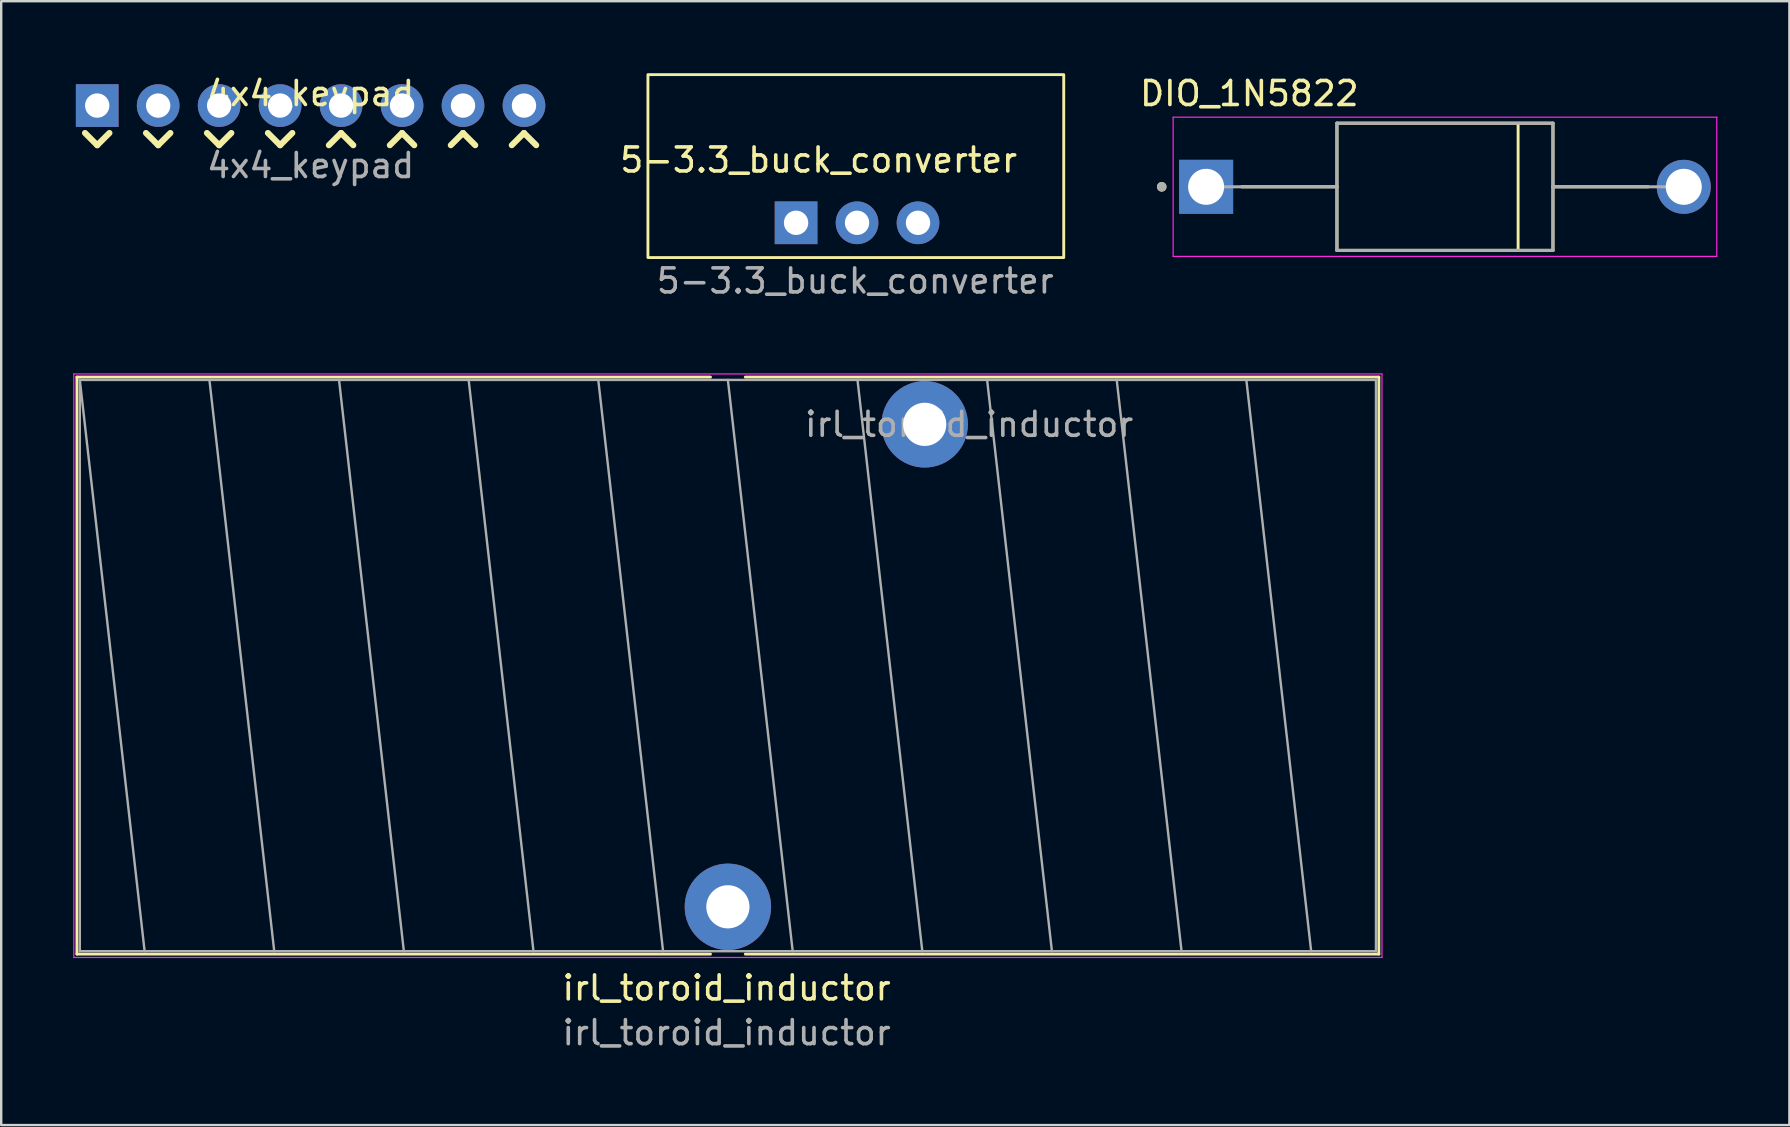
<source format=kicad_pcb>
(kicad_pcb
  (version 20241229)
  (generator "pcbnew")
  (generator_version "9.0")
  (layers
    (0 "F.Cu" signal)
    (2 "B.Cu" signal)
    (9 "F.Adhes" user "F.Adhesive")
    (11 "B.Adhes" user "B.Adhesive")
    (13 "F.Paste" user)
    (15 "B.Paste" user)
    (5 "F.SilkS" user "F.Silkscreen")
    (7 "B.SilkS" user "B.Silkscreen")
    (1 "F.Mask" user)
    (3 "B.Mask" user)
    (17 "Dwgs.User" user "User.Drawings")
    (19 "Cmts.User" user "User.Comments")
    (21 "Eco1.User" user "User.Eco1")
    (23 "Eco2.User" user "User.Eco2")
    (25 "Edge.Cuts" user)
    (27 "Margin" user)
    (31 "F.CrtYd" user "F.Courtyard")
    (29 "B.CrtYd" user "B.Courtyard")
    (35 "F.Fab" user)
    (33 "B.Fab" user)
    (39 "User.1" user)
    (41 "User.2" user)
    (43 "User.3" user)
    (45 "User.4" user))
  (footprint "irl_toroid_inductor"
    (layer "F.Cu")
    (at 27.22 37.474)
    (property "Reference" "irl_toroid_inductor" (at 0 0.635 0) (unlocked yes) (layer "F.SilkS") (effects (font (size 1 1) (thickness 0.15))))
    (attr through_hole)
    (fp_line (start -27.065 -24.815) (end -27.065 -0.775) (stroke (width 0.12) (type solid)) (layer "F.SilkS"))
    (fp_line (start -27.065 -24.815) (end -0.67 -24.815) (stroke (width 0.12) (type solid)) (layer "F.SilkS"))
    (fp_line (start -27.065 -0.775) (end -0.67 -0.775) (stroke (width 0.12) (type solid)) (layer "F.SilkS"))
    (fp_line (start 0.78 -24.815) (end 27.175 -24.815) (stroke (width 0.12) (type solid)) (layer "F.SilkS"))
    (fp_line (start 0.78 -0.775) (end 27.175 -0.775) (stroke (width 0.12) (type solid)) (layer "F.SilkS"))
    (fp_line (start 27.175 -24.815) (end 27.175 -0.775) (stroke (width 0.12) (type solid)) (layer "F.SilkS"))
    (fp_line (start -27.195 -24.945) (end -27.195 -0.635) (stroke (width 0.05) (type solid)) (layer "F.CrtYd"))
    (fp_line (start -27.195 -0.635) (end 27.305 -0.635) (stroke (width 0.05) (type solid)) (layer "F.CrtYd"))
    (fp_line (start 27.305 -24.945) (end -27.195 -24.945) (stroke (width 0.05) (type solid)) (layer "F.CrtYd"))
    (fp_line (start 27.305 -0.635) (end 27.305 -24.945) (stroke (width 0.05) (type solid)) (layer "F.CrtYd"))
    (fp_line (start -26.945 -24.695) (end -26.945 -0.895) (stroke (width 0.1) (type solid)) (layer "F.Fab"))
    (fp_line (start -26.945 -24.695) (end -24.245 -0.895) (stroke (width 0.1) (type solid)) (layer "F.Fab"))
    (fp_line (start -26.945 -0.895) (end 27.055 -0.895) (stroke (width 0.1) (type solid)) (layer "F.Fab"))
    (fp_line (start -21.545 -24.695) (end -18.845 -0.895) (stroke (width 0.1) (type solid)) (layer "F.Fab"))
    (fp_line (start -16.145 -24.695) (end -13.445 -0.895) (stroke (width 0.1) (type solid)) (layer "F.Fab"))
    (fp_line (start -10.745 -24.695) (end -8.045 -0.895) (stroke (width 0.1) (type solid)) (layer "F.Fab"))
    (fp_line (start -5.345 -24.695) (end -2.645 -0.895) (stroke (width 0.1) (type solid)) (layer "F.Fab"))
    (fp_line (start 0.055 -24.695) (end 2.755 -0.895) (stroke (width 0.1) (type solid)) (layer "F.Fab"))
    (fp_line (start 5.455 -24.695) (end 8.155 -0.895) (stroke (width 0.1) (type solid)) (layer "F.Fab"))
    (fp_line (start 10.855 -24.695) (end 13.555 -0.895) (stroke (width 0.1) (type solid)) (layer "F.Fab"))
    (fp_line (start 16.255 -24.695) (end 18.955 -0.895) (stroke (width 0.1) (type solid)) (layer "F.Fab"))
    (fp_line (start 21.655 -24.695) (end 24.355 -0.895) (stroke (width 0.1) (type solid)) (layer "F.Fab"))
    (fp_line (start 27.055 -24.695) (end -26.945 -24.695) (stroke (width 0.1) (type solid)) (layer "F.Fab"))
    (fp_line (start 27.055 -0.895) (end 27.055 -24.695) (stroke (width 0.1) (type solid)) (layer "F.Fab"))
    (fp_text user "${REFERENCE}" (at 10.105 -22.845 0) (layer "F.Fab") (effects (font (size 1 1) (thickness 0.15))))
    (fp_text user "${REFERENCE}" (at 0 2.5 0) (unlocked yes) (layer "F.Fab") (effects (font (size 1 1) (thickness 0.15))))
    (pad "1" thru_hole circle (at 8.255 -22.845) (size 3.6 3.6) (drill 1.8) (layers "*.Cu" "*.Mask"))
    (pad "2" thru_hole circle (at 0.055 -2.745) (size 3.6 3.6) (drill 1.8) (layers "*.Cu" "*.Mask")))
  (footprint "DIO_1N5822"
    (layer "F.Cu")
    (at 57.149 4.733)
    (property "Reference" "DIO_1N5822" (at -8.15 -3.885 0) (layer "F.SilkS") (effects (font (size 1 1) (thickness 0.15))))
    (attr through_hole)
    (fp_line (start -4.5 -2.65) (end -4.5 0) (stroke (width 0.127) (type solid)) (layer "F.SilkS"))
    (fp_line (start -4.5 0) (end -8.47 0) (stroke (width 0.127) (type solid)) (layer "F.SilkS"))
    (fp_line (start -4.5 0) (end -4.5 2.65) (stroke (width 0.127) (type solid)) (layer "F.SilkS"))
    (fp_line (start -4.5 2.65) (end 4.5 2.65) (stroke (width 0.127) (type solid)) (layer "F.SilkS"))
    (fp_line (start 3.048 -2.642) (end 3.048 2.642) (stroke (width 0.12) (type solid)) (layer "F.SilkS"))
    (fp_line (start 4.5 -2.65) (end -4.5 -2.65) (stroke (width 0.127) (type solid)) (layer "F.SilkS"))
    (fp_line (start 4.5 0) (end 4.5 -2.65) (stroke (width 0.127) (type solid)) (layer "F.SilkS"))
    (fp_line (start 4.5 0) (end 8.47 0) (stroke (width 0.127) (type solid)) (layer "F.SilkS"))
    (fp_line (start 4.5 2.65) (end 4.5 0) (stroke (width 0.127) (type solid)) (layer "F.SilkS"))
    (fp_circle (center -11.8 0) (end -11.7 0) (stroke (width 0.2) (type solid)) (fill no) (layer "F.SilkS"))
    (fp_line (start -11.325 -2.9) (end -11.325 2.9) (stroke (width 0.05) (type solid)) (layer "F.CrtYd"))
    (fp_line (start -11.325 2.9) (end 11.325 2.9) (stroke (width 0.05) (type solid)) (layer "F.CrtYd"))
    (fp_line (start 11.325 -2.9) (end -11.325 -2.9) (stroke (width 0.05) (type solid)) (layer "F.CrtYd"))
    (fp_line (start 11.325 2.9) (end 11.325 -2.9) (stroke (width 0.05) (type solid)) (layer "F.CrtYd"))
    (fp_line (start -4.5 -2.65) (end -4.5 0) (stroke (width 0.127) (type solid)) (layer "F.Fab"))
    (fp_line (start -4.5 0) (end -9.95 0) (stroke (width 0.127) (type solid)) (layer "F.Fab"))
    (fp_line (start -4.5 0) (end -4.5 2.65) (stroke (width 0.127) (type solid)) (layer "F.Fab"))
    (fp_line (start -4.5 2.65) (end 4.5 2.65) (stroke (width 0.127) (type solid)) (layer "F.Fab"))
    (fp_line (start 4.5 -2.65) (end -4.5 -2.65) (stroke (width 0.127) (type solid)) (layer "F.Fab"))
    (fp_line (start 4.5 0) (end 4.5 -2.65) (stroke (width 0.127) (type solid)) (layer "F.Fab"))
    (fp_line (start 4.5 0) (end 9.95 0) (stroke (width 0.127) (type solid)) (layer "F.Fab"))
    (fp_line (start 4.5 2.65) (end 4.5 0) (stroke (width 0.127) (type solid)) (layer "F.Fab"))
    (fp_circle (center -11.8 0) (end -11.7 0) (stroke (width 0.2) (type solid)) (fill no) (layer "F.Fab"))
    (pad "1" thru_hole rect (at -9.95 0) (size 2.25 2.25) (drill 1.5) (layers "*.Cu" "*.Mask"))
    (pad "2" thru_hole circle (at 9.95 0) (size 2.25 2.25) (drill 1.5) (layers "*.Cu" "*.Mask")))
  (footprint "4x4_keypad"
    (layer "F.Cu")
    (at 9.89 1.348)
    (property "Reference" "4x4_keypad" (at 0 -0.5 0) (unlocked yes) (layer "F.SilkS") (effects (font (size 1 1) (thickness 0.15))))
    (attr through_hole)
    (fp_rect (start -9.83 -0.94) (end -7.95 0.94) (stroke (width 0.12) (type solid)) (fill no) (layer "F.Mask"))
    (fp_rect (start -7.95 0.94) (end -9.83 -0.94) (stroke (width 0.12) (type solid)) (fill no) (layer "B.Mask"))
    (fp_line (start -9.398 1.143) (end -8.89 1.651) (stroke (width 0.254) (type solid)) (layer "F.SilkS"))
    (fp_line (start -8.89 1.651) (end -8.382 1.143) (stroke (width 0.254) (type solid)) (layer "F.SilkS"))
    (fp_line (start -6.858 1.143) (end -6.35 1.651) (stroke (width 0.254) (type solid)) (layer "F.SilkS"))
    (fp_line (start -6.35 1.651) (end -5.842 1.143) (stroke (width 0.254) (type solid)) (layer "F.SilkS"))
    (fp_line (start -4.318 1.143) (end -3.81 1.651) (stroke (width 0.254) (type solid)) (layer "F.SilkS"))
    (fp_line (start -3.81 1.651) (end -3.302 1.143) (stroke (width 0.254) (type solid)) (layer "F.SilkS"))
    (fp_line (start -1.778 1.143) (end -1.27 1.651) (stroke (width 0.254) (type solid)) (layer "F.SilkS"))
    (fp_line (start -1.27 1.651) (end -0.762 1.143) (stroke (width 0.254) (type solid)) (layer "F.SilkS"))
    (fp_line (start 1.27 1.143) (end 0.762 1.651) (stroke (width 0.254) (type solid)) (layer "F.SilkS"))
    (fp_line (start 1.778 1.651) (end 1.27 1.143) (stroke (width 0.254) (type solid)) (layer "F.SilkS"))
    (fp_line (start 3.81 1.143) (end 3.302 1.651) (stroke (width 0.254) (type solid)) (layer "F.SilkS"))
    (fp_line (start 4.318 1.651) (end 3.81 1.143) (stroke (width 0.254) (type solid)) (layer "F.SilkS"))
    (fp_line (start 6.35 1.143) (end 5.842 1.651) (stroke (width 0.254) (type solid)) (layer "F.SilkS"))
    (fp_line (start 6.858 1.651) (end 6.35 1.143) (stroke (width 0.254) (type solid)) (layer "F.SilkS"))
    (fp_line (start 8.89 1.143) (end 8.382 1.651) (stroke (width 0.254) (type solid)) (layer "F.SilkS"))
    (fp_line (start 9.398 1.651) (end 8.89 1.143) (stroke (width 0.254) (type solid)) (layer "F.SilkS"))
    (fp_text user "${REFERENCE}" (at 0 2.5 0) (unlocked yes) (layer "F.Fab") (effects (font (size 1 1) (thickness 0.15))))
    (pad "1" thru_hole rect (at -8.89 0) (size 1.778 1.778) (drill 1.016) (layers "*.Cu" "*.Mask"))
    (pad "2" thru_hole circle (at -6.35 0 90) (size 1.778 1.778) (drill 1.016) (layers "*.Cu" "*.Mask"))
    (pad "3" thru_hole circle (at -3.81 0 90) (size 1.778 1.778) (drill 1.016) (layers "*.Cu" "*.Mask"))
    (pad "4" thru_hole circle (at -1.27 0 90) (size 1.778 1.778) (drill 1.016) (layers "*.Cu" "*.Mask"))
    (pad "5" thru_hole circle (at 1.27 0 90) (size 1.778 1.778) (drill 1.016) (layers "*.Cu" "*.Mask"))
    (pad "6" thru_hole circle (at 3.81 0 90) (size 1.778 1.778) (drill 1.016) (layers "*.Cu" "*.Mask"))
    (pad "7" thru_hole circle (at 6.35 0 90) (size 1.778 1.778) (drill 1.016) (layers "*.Cu" "*.Mask"))
    (pad "8" thru_hole circle (at 8.89 0 90) (size 1.778 1.778) (drill 1.016) (layers "*.Cu" "*.Mask")))
  (footprint "5-3.3_buck_converter"
    (layer "F.Cu")
    (at 32.58 6.156)
    (property "Reference" "5-3.3_buck_converter" (at -1.524 -2.54 0) (unlocked yes) (layer "F.SilkS") (effects (font (size 1 1) (thickness 0.15))))
    (attr smd)
    (fp_rect (start -3.404 -0.864) (end -1.524 1.016) (stroke (width 0.12) (type solid)) (fill no) (layer "F.Mask"))
    (fp_rect (start -1.524 1.016) (end -3.404 -0.864) (stroke (width 0.12) (type solid)) (fill no) (layer "B.Mask"))
    (fp_rect (start -8.636 1.524) (end 8.687 -6.096) (stroke (width 0.12) (type solid)) (fill no) (layer "F.SilkS"))
    (fp_text user "${REFERENCE}" (at 0 2.5 0) (unlocked yes) (layer "F.Fab") (effects (font (size 1 1) (thickness 0.15))))
    (pad "1" thru_hole rect (at -2.464 0.076) (size 1.778 1.778) (drill 1.016) (layers "*.Cu" "*.Mask"))
    (pad "2" thru_hole circle (at 0.076 0.076 90) (size 1.778 1.778) (drill 1.016) (layers "*.Cu" "*.Mask"))
    (pad "3" thru_hole circle (at 2.616 0.076 90) (size 1.778 1.778) (drill 1.016) (layers "*.Cu" "*.Mask")))
  (gr_rect
    (start -3 -3)
    (end 71.499 43.822)
    (stroke (width 0.1) (type default))
    (fill no)
    (layer "Edge.Cuts")))
</source>
